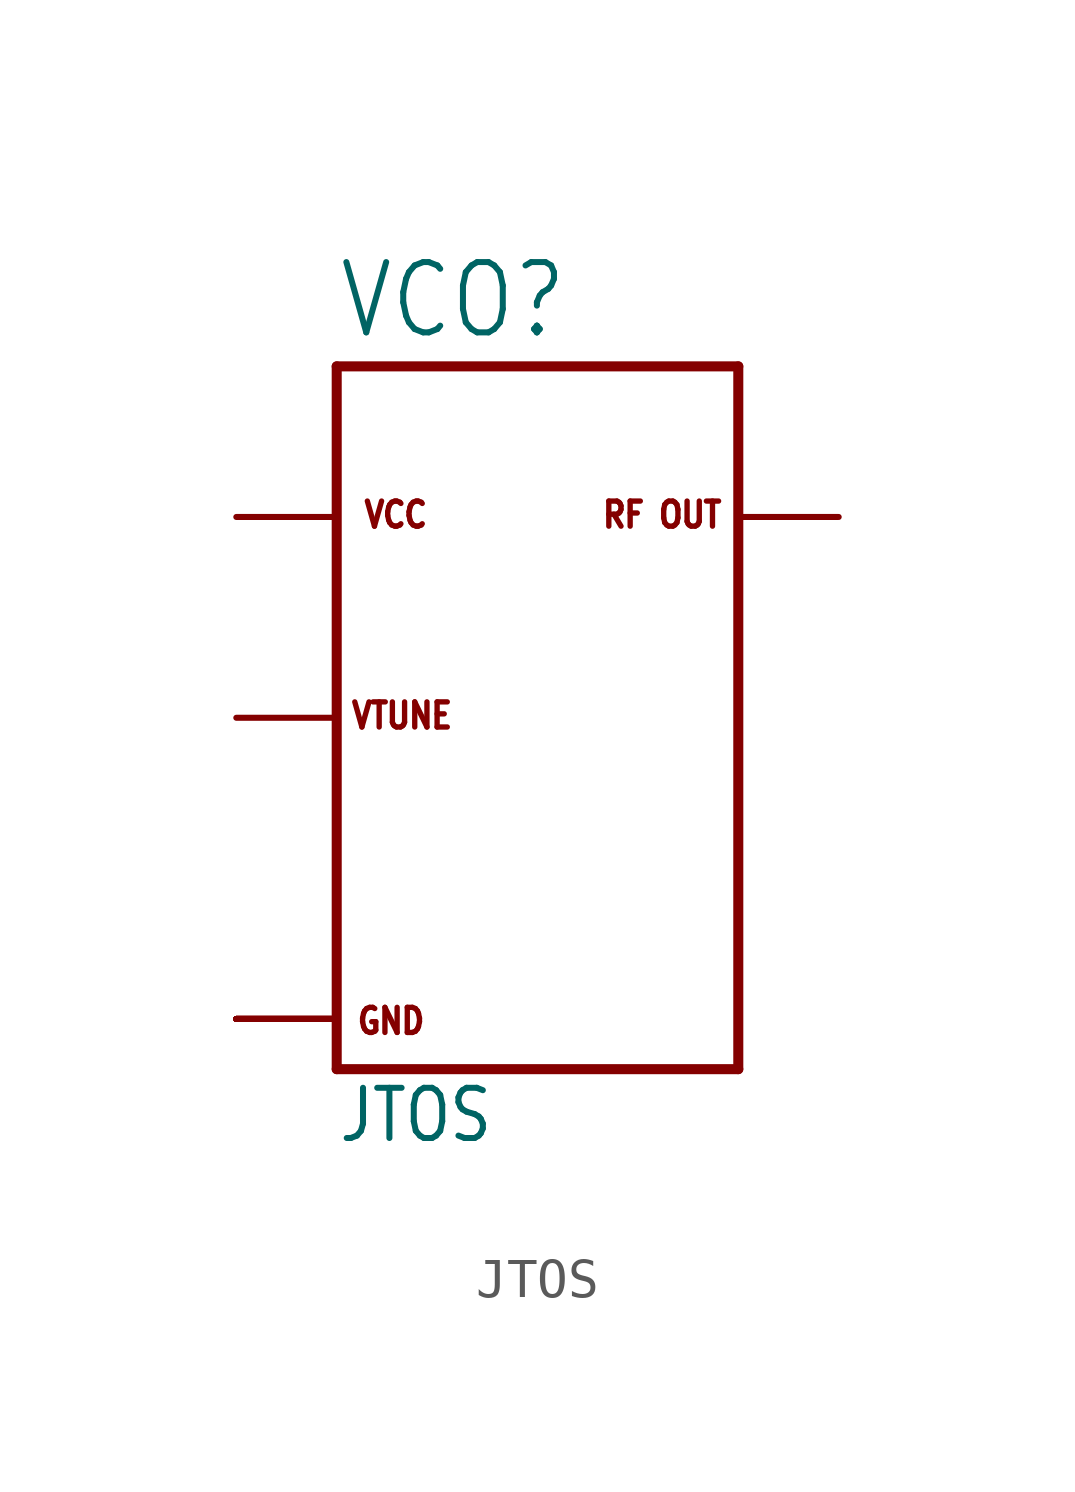
<source format=kicad_sym>
(kicad_symbol_lib
  (version 20211014)
  (generator kicad_symbol_editor)
  (symbol "JTOS"
    (property "Reference" "VCO"
      (at -5.08 9.525 0)
      (effects (font (size 1.778 1.511)) (justify left bottom)))
    (property "Value" "JTOS"
      (at -5.08 -10.795 0)
      (effects (font (size 1.27 1.079)) (justify left bottom)))
    (property "ki_locked" ""
      (at 0 0 0)
      (effects (font (size 1.27 1.27))))
    (symbol "JTOS_1_0"
      (polyline (pts (xy -5.08 -8.89) (xy 5.08 -8.89)) (stroke (width 0.254) (type default) (color 0 0 0 0)) (fill (type none)))
      (polyline (pts (xy -5.08 8.89) (xy -5.08 -8.89)) (stroke (width 0.254) (type default) (color 0 0 0 0)) (fill (type none)))
      (polyline (pts (xy -5.08 8.89) (xy 5.08 8.89)) (stroke (width 0.254) (type default) (color 0 0 0 0)) (fill (type none)))
      (polyline (pts (xy 5.08 8.89) (xy 5.08 -8.89)) (stroke (width 0.254) (type default) (color 0 0 0 0)) (fill (type none)))
      (text "GND" (at -2.794 -7.303 0) (effects (font (size 0.635 0.54)) (justify right top)))
      (text "RF OUT" (at 1.587 4.763 0) (effects (font (size 0.635 0.54)) (justify left bottom)))
      (text "VCC" (at -4.445 4.763 0) (effects (font (size 0.635 0.54)) (justify left bottom)))
      (text "VTUNE" (at -4.763 -0.318 0) (effects (font (size 0.635 0.54)) (justify left bottom)))
      (pin power_in line (at -7.62 -7.62 0) (length 2.54) (name "7-GND" (effects (font (size 0 0)))) (number "1" (effects (font (size 0 0)))))
      (pin power_in line (at -7.62 -7.62 0) (length 2.54) (name "7-GND" (effects (font (size 0 0)))) (number "10" (effects (font (size 0 0)))))
      (pin power_in line (at -7.62 -7.62 0) (length 2.54) (name "7-GND" (effects (font (size 0 0)))) (number "11" (effects (font (size 0 0)))))
      (pin power_in line (at -7.62 -7.62 0) (length 2.54) (name "7-GND" (effects (font (size 0 0)))) (number "12" (effects (font (size 0 0)))))
      (pin output line (at 7.62 5.08 180) (length 2.54) (name "13-RFOUT" (effects (font (size 0 0)))) (number "13" (effects (font (size 0 0)))))
      (pin power_in line (at -7.62 -7.62 0) (length 2.54) (name "7-GND" (effects (font (size 0 0)))) (number "14" (effects (font (size 0 0)))))
      (pin power_in line (at -7.62 5.08 0) (length 2.54) (name "2-VCC" (effects (font (size 0 0)))) (number "2" (effects (font (size 0 0)))))
      (pin power_in line (at -7.62 -7.62 0) (length 2.54) (name "7-GND" (effects (font (size 0 0)))) (number "3" (effects (font (size 0 0)))))
      (pin power_in line (at -7.62 -7.62 0) (length 2.54) (name "7-GND" (effects (font (size 0 0)))) (number "4" (effects (font (size 0 0)))))
      (pin input line (at -7.62 0 0) (length 2.54) (name "5-VTUNE" (effects (font (size 0 0)))) (number "5" (effects (font (size 0 0)))))
      (pin power_in line (at -7.62 -7.62 0) (length 2.54) (name "7-GND" (effects (font (size 0 0)))) (number "6" (effects (font (size 0 0)))))
      (pin power_in line (at -7.62 -7.62 0) (length 2.54) (name "7-GND" (effects (font (size 0 0)))) (number "7" (effects (font (size 0 0)))))
      (pin power_in line (at -7.62 -7.62 0) (length 2.54) (name "7-GND" (effects (font (size 0 0)))) (number "8" (effects (font (size 0 0)))))
      (pin power_in line (at -7.62 -7.62 0) (length 2.54) (name "7-GND" (effects (font (size 0 0)))) (number "9" (effects (font (size 0 0))))))))
</source>
